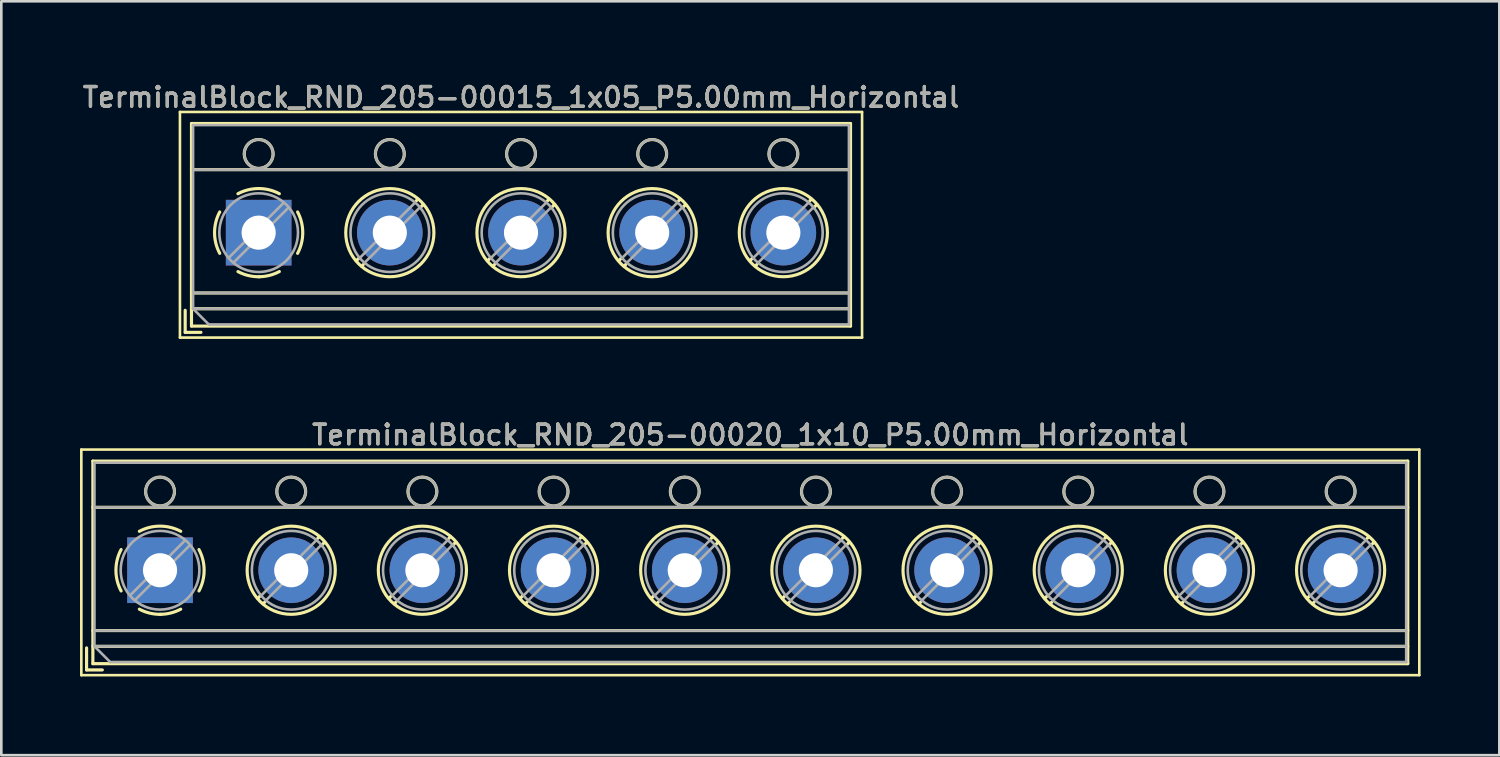
<source format=kicad_pcb>
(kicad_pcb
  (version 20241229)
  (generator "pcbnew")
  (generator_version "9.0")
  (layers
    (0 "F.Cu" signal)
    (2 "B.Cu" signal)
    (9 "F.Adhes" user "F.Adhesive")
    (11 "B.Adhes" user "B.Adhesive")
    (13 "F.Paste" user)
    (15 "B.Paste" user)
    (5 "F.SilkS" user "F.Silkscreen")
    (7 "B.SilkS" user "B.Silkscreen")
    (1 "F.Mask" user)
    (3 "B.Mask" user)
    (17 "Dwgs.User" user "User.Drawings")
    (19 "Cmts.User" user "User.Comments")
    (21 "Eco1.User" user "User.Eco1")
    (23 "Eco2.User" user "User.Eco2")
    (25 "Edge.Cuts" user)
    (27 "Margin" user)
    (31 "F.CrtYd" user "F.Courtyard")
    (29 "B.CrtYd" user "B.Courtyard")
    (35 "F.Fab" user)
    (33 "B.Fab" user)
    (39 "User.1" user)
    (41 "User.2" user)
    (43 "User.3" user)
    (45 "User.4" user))
  (footprint "TerminalBlock_RND_205-00020_1x10_P5.00mm_Horizontal"
    (layer "F.Cu")
    (at 3.05 18.686)
    (property "Reference" "TerminalBlock_RND_205-00020_1x10_P5.00mm_Horizontal" (at 22.5 -5.16 0) (layer "F.SilkS") (effects (font (size 0.75 0.75) (thickness 0.125))))
    (attr through_hole)
    (fp_line (start -3 -4.6) (end -3 4) (stroke (width 0.1) (type solid)) (layer "F.SilkS"))
    (fp_line (start -3 4) (end 48 4) (stroke (width 0.1) (type solid)) (layer "F.SilkS"))
    (fp_line (start -2.8 2.96) (end -2.8 3.8) (stroke (width 0.12) (type solid)) (layer "F.SilkS"))
    (fp_line (start -2.8 3.8) (end -2.2 3.8) (stroke (width 0.12) (type solid)) (layer "F.SilkS"))
    (fp_line (start -2.56 -4.16) (end -2.56 3.561) (stroke (width 0.12) (type solid)) (layer "F.SilkS"))
    (fp_line (start -2.56 -4.16) (end 47.56 -4.16) (stroke (width 0.12) (type solid)) (layer "F.SilkS"))
    (fp_line (start -2.56 -2.4) (end 47.56 -2.4) (stroke (width 0.12) (type solid)) (layer "F.SilkS"))
    (fp_line (start -2.56 2.3) (end 47.56 2.3) (stroke (width 0.12) (type solid)) (layer "F.SilkS"))
    (fp_line (start -2.56 2.9) (end 47.56 2.9) (stroke (width 0.12) (type solid)) (layer "F.SilkS"))
    (fp_line (start -2.56 3.561) (end 47.56 3.561) (stroke (width 0.12) (type solid)) (layer "F.SilkS"))
    (fp_line (start 3.82 0.976) (end 3.726 1.069) (stroke (width 0.12) (type solid)) (layer "F.SilkS"))
    (fp_line (start 3.99 1.216) (end 3.931 1.274) (stroke (width 0.12) (type solid)) (layer "F.SilkS"))
    (fp_line (start 6.07 -1.275) (end 6.011 -1.216) (stroke (width 0.12) (type solid)) (layer "F.SilkS"))
    (fp_line (start 6.275 -1.069) (end 6.181 -0.976) (stroke (width 0.12) (type solid)) (layer "F.SilkS"))
    (fp_line (start 8.82 0.976) (end 8.726 1.069) (stroke (width 0.12) (type solid)) (layer "F.SilkS"))
    (fp_line (start 8.99 1.216) (end 8.931 1.274) (stroke (width 0.12) (type solid)) (layer "F.SilkS"))
    (fp_line (start 11.07 -1.275) (end 11.011 -1.216) (stroke (width 0.12) (type solid)) (layer "F.SilkS"))
    (fp_line (start 11.275 -1.069) (end 11.181 -0.976) (stroke (width 0.12) (type solid)) (layer "F.SilkS"))
    (fp_line (start 13.82 0.976) (end 13.726 1.069) (stroke (width 0.12) (type solid)) (layer "F.SilkS"))
    (fp_line (start 13.99 1.216) (end 13.931 1.274) (stroke (width 0.12) (type solid)) (layer "F.SilkS"))
    (fp_line (start 16.07 -1.275) (end 16.011 -1.216) (stroke (width 0.12) (type solid)) (layer "F.SilkS"))
    (fp_line (start 16.275 -1.069) (end 16.181 -0.976) (stroke (width 0.12) (type solid)) (layer "F.SilkS"))
    (fp_line (start 18.82 0.976) (end 18.726 1.069) (stroke (width 0.12) (type solid)) (layer "F.SilkS"))
    (fp_line (start 18.99 1.216) (end 18.931 1.274) (stroke (width 0.12) (type solid)) (layer "F.SilkS"))
    (fp_line (start 21.07 -1.275) (end 21.011 -1.216) (stroke (width 0.12) (type solid)) (layer "F.SilkS"))
    (fp_line (start 21.275 -1.069) (end 21.181 -0.976) (stroke (width 0.12) (type solid)) (layer "F.SilkS"))
    (fp_line (start 23.82 0.976) (end 23.726 1.069) (stroke (width 0.12) (type solid)) (layer "F.SilkS"))
    (fp_line (start 23.99 1.216) (end 23.931 1.274) (stroke (width 0.12) (type solid)) (layer "F.SilkS"))
    (fp_line (start 26.07 -1.275) (end 26.011 -1.216) (stroke (width 0.12) (type solid)) (layer "F.SilkS"))
    (fp_line (start 26.275 -1.069) (end 26.181 -0.976) (stroke (width 0.12) (type solid)) (layer "F.SilkS"))
    (fp_line (start 28.82 0.976) (end 28.726 1.069) (stroke (width 0.12) (type solid)) (layer "F.SilkS"))
    (fp_line (start 28.99 1.216) (end 28.931 1.274) (stroke (width 0.12) (type solid)) (layer "F.SilkS"))
    (fp_line (start 31.07 -1.275) (end 31.011 -1.216) (stroke (width 0.12) (type solid)) (layer "F.SilkS"))
    (fp_line (start 31.275 -1.069) (end 31.181 -0.976) (stroke (width 0.12) (type solid)) (layer "F.SilkS"))
    (fp_line (start 33.82 0.976) (end 33.726 1.069) (stroke (width 0.12) (type solid)) (layer "F.SilkS"))
    (fp_line (start 33.99 1.216) (end 33.931 1.274) (stroke (width 0.12) (type solid)) (layer "F.SilkS"))
    (fp_line (start 36.07 -1.275) (end 36.011 -1.216) (stroke (width 0.12) (type solid)) (layer "F.SilkS"))
    (fp_line (start 36.275 -1.069) (end 36.181 -0.976) (stroke (width 0.12) (type solid)) (layer "F.SilkS"))
    (fp_line (start 38.82 0.976) (end 38.726 1.069) (stroke (width 0.12) (type solid)) (layer "F.SilkS"))
    (fp_line (start 38.99 1.216) (end 38.931 1.274) (stroke (width 0.12) (type solid)) (layer "F.SilkS"))
    (fp_line (start 41.07 -1.275) (end 41.011 -1.216) (stroke (width 0.12) (type solid)) (layer "F.SilkS"))
    (fp_line (start 41.275 -1.069) (end 41.181 -0.976) (stroke (width 0.12) (type solid)) (layer "F.SilkS"))
    (fp_line (start 43.82 0.976) (end 43.726 1.069) (stroke (width 0.12) (type solid)) (layer "F.SilkS"))
    (fp_line (start 43.99 1.216) (end 43.931 1.274) (stroke (width 0.12) (type solid)) (layer "F.SilkS"))
    (fp_line (start 46.07 -1.275) (end 46.011 -1.216) (stroke (width 0.12) (type solid)) (layer "F.SilkS"))
    (fp_line (start 46.275 -1.069) (end 46.181 -0.976) (stroke (width 0.12) (type solid)) (layer "F.SilkS"))
    (fp_line (start 47.56 -4.16) (end 47.56 3.561) (stroke (width 0.12) (type solid)) (layer "F.SilkS"))
    (fp_line (start 48 -4.6) (end -3 -4.6) (stroke (width 0.1) (type solid)) (layer "F.SilkS"))
    (fp_line (start 48 4) (end 48 -4.6) (stroke (width 0.1) (type solid)) (layer "F.SilkS"))
    (fp_arc (start -1.483953 0.789089) (mid -1.680708 0.00005) (end -1.484 -0.789) (stroke (width 0.12) (type solid)) (layer "F.SilkS"))
    (fp_arc (start -0.789089 -1.483953) (mid -0.00005 -1.680708) (end 0.789 -1.484) (stroke (width 0.12) (type solid)) (layer "F.SilkS"))
    (fp_arc (start 0.029383 1.68045) (mid -0.392304 1.634281) (end -0.789 1.484) (stroke (width 0.12) (type solid)) (layer "F.SilkS"))
    (fp_arc (start 0.788712 1.483352) (mid 0.406429 1.630097) (end 0 1.68) (stroke (width 0.12) (type solid)) (layer "F.SilkS"))
    (fp_arc (start 1.483953 -0.789089) (mid 1.680708 -0.00005) (end 1.484 0.789) (stroke (width 0.12) (type solid)) (layer "F.SilkS"))
    (fp_circle (center 0 -3) (end 0.55 -3) (stroke (width 0.12) (type solid)) (fill no) (layer "F.SilkS"))
    (fp_circle (center 5 -3) (end 5.55 -3) (stroke (width 0.12) (type solid)) (fill no) (layer "F.SilkS"))
    (fp_circle (center 5 0) (end 6.68 0) (stroke (width 0.12) (type solid)) (fill no) (layer "F.SilkS"))
    (fp_circle (center 10 -3) (end 10.55 -3) (stroke (width 0.12) (type solid)) (fill no) (layer "F.SilkS"))
    (fp_circle (center 10 0) (end 11.68 0) (stroke (width 0.12) (type solid)) (fill no) (layer "F.SilkS"))
    (fp_circle (center 15 -3) (end 15.55 -3) (stroke (width 0.12) (type solid)) (fill no) (layer "F.SilkS"))
    (fp_circle (center 15 0) (end 16.68 0) (stroke (width 0.12) (type solid)) (fill no) (layer "F.SilkS"))
    (fp_circle (center 20 -3) (end 20.55 -3) (stroke (width 0.12) (type solid)) (fill no) (layer "F.SilkS"))
    (fp_circle (center 20 0) (end 21.68 0) (stroke (width 0.12) (type solid)) (fill no) (layer "F.SilkS"))
    (fp_circle (center 25 -3) (end 25.55 -3) (stroke (width 0.12) (type solid)) (fill no) (layer "F.SilkS"))
    (fp_circle (center 25 0) (end 26.68 0) (stroke (width 0.12) (type solid)) (fill no) (layer "F.SilkS"))
    (fp_circle (center 30 -3) (end 30.55 -3) (stroke (width 0.12) (type solid)) (fill no) (layer "F.SilkS"))
    (fp_circle (center 30 0) (end 31.68 0) (stroke (width 0.12) (type solid)) (fill no) (layer "F.SilkS"))
    (fp_circle (center 35 -3) (end 35.55 -3) (stroke (width 0.12) (type solid)) (fill no) (layer "F.SilkS"))
    (fp_circle (center 35 0) (end 36.68 0) (stroke (width 0.12) (type solid)) (fill no) (layer "F.SilkS"))
    (fp_circle (center 40 -3) (end 40.55 -3) (stroke (width 0.12) (type solid)) (fill no) (layer "F.SilkS"))
    (fp_circle (center 40 0) (end 41.68 0) (stroke (width 0.12) (type solid)) (fill no) (layer "F.SilkS"))
    (fp_circle (center 45 -3) (end 45.55 -3) (stroke (width 0.12) (type solid)) (fill no) (layer "F.SilkS"))
    (fp_circle (center 45 0) (end 46.68 0) (stroke (width 0.12) (type solid)) (fill no) (layer "F.SilkS"))
    (fp_line (start -2.5 -4.1) (end 47.5 -4.1) (stroke (width 0.1) (type solid)) (layer "F.Fab"))
    (fp_line (start -2.5 -2.4) (end 47.5 -2.4) (stroke (width 0.1) (type solid)) (layer "F.Fab"))
    (fp_line (start -2.5 2.3) (end 47.5 2.3) (stroke (width 0.1) (type solid)) (layer "F.Fab"))
    (fp_line (start -2.5 2.9) (end -2.5 -4.1) (stroke (width 0.1) (type solid)) (layer "F.Fab"))
    (fp_line (start -2.5 2.9) (end 47.5 2.9) (stroke (width 0.1) (type solid)) (layer "F.Fab"))
    (fp_line (start -1.9 3.5) (end -2.5 2.9) (stroke (width 0.1) (type solid)) (layer "F.Fab"))
    (fp_line (start 0.955 -1.138) (end -1.138 0.955) (stroke (width 0.1) (type solid)) (layer "F.Fab"))
    (fp_line (start 1.138 -0.955) (end -0.955 1.138) (stroke (width 0.1) (type solid)) (layer "F.Fab"))
    (fp_line (start 5.955 -1.138) (end 3.863 0.955) (stroke (width 0.1) (type solid)) (layer "F.Fab"))
    (fp_line (start 6.138 -0.955) (end 4.046 1.138) (stroke (width 0.1) (type solid)) (layer "F.Fab"))
    (fp_line (start 10.955 -1.138) (end 8.863 0.955) (stroke (width 0.1) (type solid)) (layer "F.Fab"))
    (fp_line (start 11.138 -0.955) (end 9.046 1.138) (stroke (width 0.1) (type solid)) (layer "F.Fab"))
    (fp_line (start 15.955 -1.138) (end 13.863 0.955) (stroke (width 0.1) (type solid)) (layer "F.Fab"))
    (fp_line (start 16.138 -0.955) (end 14.046 1.138) (stroke (width 0.1) (type solid)) (layer "F.Fab"))
    (fp_line (start 20.955 -1.138) (end 18.863 0.955) (stroke (width 0.1) (type solid)) (layer "F.Fab"))
    (fp_line (start 21.138 -0.955) (end 19.046 1.138) (stroke (width 0.1) (type solid)) (layer "F.Fab"))
    (fp_line (start 25.955 -1.138) (end 23.863 0.955) (stroke (width 0.1) (type solid)) (layer "F.Fab"))
    (fp_line (start 26.138 -0.955) (end 24.046 1.138) (stroke (width 0.1) (type solid)) (layer "F.Fab"))
    (fp_line (start 30.955 -1.138) (end 28.863 0.955) (stroke (width 0.1) (type solid)) (layer "F.Fab"))
    (fp_line (start 31.138 -0.955) (end 29.046 1.138) (stroke (width 0.1) (type solid)) (layer "F.Fab"))
    (fp_line (start 35.955 -1.138) (end 33.863 0.955) (stroke (width 0.1) (type solid)) (layer "F.Fab"))
    (fp_line (start 36.138 -0.955) (end 34.046 1.138) (stroke (width 0.1) (type solid)) (layer "F.Fab"))
    (fp_line (start 40.955 -1.138) (end 38.863 0.955) (stroke (width 0.1) (type solid)) (layer "F.Fab"))
    (fp_line (start 41.138 -0.955) (end 39.046 1.138) (stroke (width 0.1) (type solid)) (layer "F.Fab"))
    (fp_line (start 45.955 -1.138) (end 43.863 0.955) (stroke (width 0.1) (type solid)) (layer "F.Fab"))
    (fp_line (start 46.138 -0.955) (end 44.046 1.138) (stroke (width 0.1) (type solid)) (layer "F.Fab"))
    (fp_line (start 47.5 -4.1) (end 47.5 3.5) (stroke (width 0.1) (type solid)) (layer "F.Fab"))
    (fp_line (start 47.5 3.5) (end -1.9 3.5) (stroke (width 0.1) (type solid)) (layer "F.Fab"))
    (fp_circle (center 0 -3) (end 0.55 -3) (stroke (width 0.1) (type solid)) (fill no) (layer "F.Fab"))
    (fp_circle (center 0 0) (end 1.5 0) (stroke (width 0.1) (type solid)) (fill no) (layer "F.Fab"))
    (fp_circle (center 5 -3) (end 5.55 -3) (stroke (width 0.1) (type solid)) (fill no) (layer "F.Fab"))
    (fp_circle (center 5 0) (end 6.5 0) (stroke (width 0.1) (type solid)) (fill no) (layer "F.Fab"))
    (fp_circle (center 10 -3) (end 10.55 -3) (stroke (width 0.1) (type solid)) (fill no) (layer "F.Fab"))
    (fp_circle (center 10 0) (end 11.5 0) (stroke (width 0.1) (type solid)) (fill no) (layer "F.Fab"))
    (fp_circle (center 15 -3) (end 15.55 -3) (stroke (width 0.1) (type solid)) (fill no) (layer "F.Fab"))
    (fp_circle (center 15 0) (end 16.5 0) (stroke (width 0.1) (type solid)) (fill no) (layer "F.Fab"))
    (fp_circle (center 20 -3) (end 20.55 -3) (stroke (width 0.1) (type solid)) (fill no) (layer "F.Fab"))
    (fp_circle (center 20 0) (end 21.5 0) (stroke (width 0.1) (type solid)) (fill no) (layer "F.Fab"))
    (fp_circle (center 25 -3) (end 25.55 -3) (stroke (width 0.1) (type solid)) (fill no) (layer "F.Fab"))
    (fp_circle (center 25 0) (end 26.5 0) (stroke (width 0.1) (type solid)) (fill no) (layer "F.Fab"))
    (fp_circle (center 30 -3) (end 30.55 -3) (stroke (width 0.1) (type solid)) (fill no) (layer "F.Fab"))
    (fp_circle (center 30 0) (end 31.5 0) (stroke (width 0.1) (type solid)) (fill no) (layer "F.Fab"))
    (fp_circle (center 35 -3) (end 35.55 -3) (stroke (width 0.1) (type solid)) (fill no) (layer "F.Fab"))
    (fp_circle (center 35 0) (end 36.5 0) (stroke (width 0.1) (type solid)) (fill no) (layer "F.Fab"))
    (fp_circle (center 40 -3) (end 40.55 -3) (stroke (width 0.1) (type solid)) (fill no) (layer "F.Fab"))
    (fp_circle (center 40 0) (end 41.5 0) (stroke (width 0.1) (type solid)) (fill no) (layer "F.Fab"))
    (fp_circle (center 45 -3) (end 45.55 -3) (stroke (width 0.1) (type solid)) (fill no) (layer "F.Fab"))
    (fp_circle (center 45 0) (end 46.5 0) (stroke (width 0.1) (type solid)) (fill no) (layer "F.Fab"))
    (fp_text user "${REFERENCE}" (at 22.5 -5.16 0) (layer "F.Fab") (effects (font (size 0.75 0.75) (thickness 0.125))))
    (pad "1" thru_hole rect (at 0 0) (size 2.5 2.5) (drill 1.3) (layers "*.Cu" "*.Mask"))
    (pad "2" thru_hole circle (at 5 0) (size 2.5 2.5) (drill 1.3) (layers "*.Cu" "*.Mask"))
    (pad "3" thru_hole circle (at 10 0) (size 2.5 2.5) (drill 1.3) (layers "*.Cu" "*.Mask"))
    (pad "4" thru_hole circle (at 15 0) (size 2.5 2.5) (drill 1.3) (layers "*.Cu" "*.Mask"))
    (pad "5" thru_hole circle (at 20 0) (size 2.5 2.5) (drill 1.3) (layers "*.Cu" "*.Mask"))
    (pad "6" thru_hole circle (at 25 0) (size 2.5 2.5) (drill 1.3) (layers "*.Cu" "*.Mask"))
    (pad "7" thru_hole circle (at 30 0) (size 2.5 2.5) (drill 1.3) (layers "*.Cu" "*.Mask"))
    (pad "8" thru_hole circle (at 35 0) (size 2.5 2.5) (drill 1.3) (layers "*.Cu" "*.Mask"))
    (pad "9" thru_hole circle (at 40 0) (size 2.5 2.5) (drill 1.3) (layers "*.Cu" "*.Mask"))
    (pad "10" thru_hole circle (at 45 0) (size 2.5 2.5) (drill 1.3) (layers "*.Cu" "*.Mask")))
  (footprint "TerminalBlock_RND_205-00015_1x05_P5.00mm_Horizontal"
    (layer "F.Cu")
    (at 6.809 5.818)
    (property "Reference" "TerminalBlock_RND_205-00015_1x05_P5.00mm_Horizontal" (at 10 -5.16 0) (layer "F.SilkS") (effects (font (size 0.75 0.75) (thickness 0.125))))
    (attr through_hole)
    (fp_line (start -3 -4.6) (end -3 4) (stroke (width 0.1) (type solid)) (layer "F.SilkS"))
    (fp_line (start -3 4) (end 23 4) (stroke (width 0.1) (type solid)) (layer "F.SilkS"))
    (fp_line (start -2.8 2.96) (end -2.8 3.8) (stroke (width 0.12) (type solid)) (layer "F.SilkS"))
    (fp_line (start -2.8 3.8) (end -2.2 3.8) (stroke (width 0.12) (type solid)) (layer "F.SilkS"))
    (fp_line (start -2.56 -4.16) (end -2.56 3.561) (stroke (width 0.12) (type solid)) (layer "F.SilkS"))
    (fp_line (start -2.56 -4.16) (end 22.56 -4.16) (stroke (width 0.12) (type solid)) (layer "F.SilkS"))
    (fp_line (start -2.56 -2.4) (end 22.56 -2.4) (stroke (width 0.12) (type solid)) (layer "F.SilkS"))
    (fp_line (start -2.56 2.3) (end 22.56 2.3) (stroke (width 0.12) (type solid)) (layer "F.SilkS"))
    (fp_line (start -2.56 2.9) (end 22.56 2.9) (stroke (width 0.12) (type solid)) (layer "F.SilkS"))
    (fp_line (start -2.56 3.561) (end 22.56 3.561) (stroke (width 0.12) (type solid)) (layer "F.SilkS"))
    (fp_line (start 3.82 0.976) (end 3.726 1.069) (stroke (width 0.12) (type solid)) (layer "F.SilkS"))
    (fp_line (start 3.99 1.216) (end 3.931 1.274) (stroke (width 0.12) (type solid)) (layer "F.SilkS"))
    (fp_line (start 6.07 -1.275) (end 6.011 -1.216) (stroke (width 0.12) (type solid)) (layer "F.SilkS"))
    (fp_line (start 6.275 -1.069) (end 6.181 -0.976) (stroke (width 0.12) (type solid)) (layer "F.SilkS"))
    (fp_line (start 8.82 0.976) (end 8.726 1.069) (stroke (width 0.12) (type solid)) (layer "F.SilkS"))
    (fp_line (start 8.99 1.216) (end 8.931 1.274) (stroke (width 0.12) (type solid)) (layer "F.SilkS"))
    (fp_line (start 11.07 -1.275) (end 11.011 -1.216) (stroke (width 0.12) (type solid)) (layer "F.SilkS"))
    (fp_line (start 11.275 -1.069) (end 11.181 -0.976) (stroke (width 0.12) (type solid)) (layer "F.SilkS"))
    (fp_line (start 13.82 0.976) (end 13.726 1.069) (stroke (width 0.12) (type solid)) (layer "F.SilkS"))
    (fp_line (start 13.99 1.216) (end 13.931 1.274) (stroke (width 0.12) (type solid)) (layer "F.SilkS"))
    (fp_line (start 16.07 -1.275) (end 16.011 -1.216) (stroke (width 0.12) (type solid)) (layer "F.SilkS"))
    (fp_line (start 16.275 -1.069) (end 16.181 -0.976) (stroke (width 0.12) (type solid)) (layer "F.SilkS"))
    (fp_line (start 18.82 0.976) (end 18.726 1.069) (stroke (width 0.12) (type solid)) (layer "F.SilkS"))
    (fp_line (start 18.99 1.216) (end 18.931 1.274) (stroke (width 0.12) (type solid)) (layer "F.SilkS"))
    (fp_line (start 21.07 -1.275) (end 21.011 -1.216) (stroke (width 0.12) (type solid)) (layer "F.SilkS"))
    (fp_line (start 21.275 -1.069) (end 21.181 -0.976) (stroke (width 0.12) (type solid)) (layer "F.SilkS"))
    (fp_line (start 22.56 -4.16) (end 22.56 3.561) (stroke (width 0.12) (type solid)) (layer "F.SilkS"))
    (fp_line (start 23 -4.6) (end -3 -4.6) (stroke (width 0.1) (type solid)) (layer "F.SilkS"))
    (fp_line (start 23 4) (end 23 -4.6) (stroke (width 0.1) (type solid)) (layer "F.SilkS"))
    (fp_arc (start -1.483953 0.789089) (mid -1.680708 0.00005) (end -1.484 -0.789) (stroke (width 0.12) (type solid)) (layer "F.SilkS"))
    (fp_arc (start -0.789089 -1.483953) (mid -0.00005 -1.680708) (end 0.789 -1.484) (stroke (width 0.12) (type solid)) (layer "F.SilkS"))
    (fp_arc (start 0.029383 1.68045) (mid -0.392304 1.634281) (end -0.789 1.484) (stroke (width 0.12) (type solid)) (layer "F.SilkS"))
    (fp_arc (start 0.788712 1.483352) (mid 0.406429 1.630097) (end 0 1.68) (stroke (width 0.12) (type solid)) (layer "F.SilkS"))
    (fp_arc (start 1.483953 -0.789089) (mid 1.680708 -0.00005) (end 1.484 0.789) (stroke (width 0.12) (type solid)) (layer "F.SilkS"))
    (fp_circle (center 0 -3) (end 0.55 -3) (stroke (width 0.12) (type solid)) (fill no) (layer "F.SilkS"))
    (fp_circle (center 5 -3) (end 5.55 -3) (stroke (width 0.12) (type solid)) (fill no) (layer "F.SilkS"))
    (fp_circle (center 5 0) (end 6.68 0) (stroke (width 0.12) (type solid)) (fill no) (layer "F.SilkS"))
    (fp_circle (center 10 -3) (end 10.55 -3) (stroke (width 0.12) (type solid)) (fill no) (layer "F.SilkS"))
    (fp_circle (center 10 0) (end 11.68 0) (stroke (width 0.12) (type solid)) (fill no) (layer "F.SilkS"))
    (fp_circle (center 15 -3) (end 15.55 -3) (stroke (width 0.12) (type solid)) (fill no) (layer "F.SilkS"))
    (fp_circle (center 15 0) (end 16.68 0) (stroke (width 0.12) (type solid)) (fill no) (layer "F.SilkS"))
    (fp_circle (center 20 -3) (end 20.55 -3) (stroke (width 0.12) (type solid)) (fill no) (layer "F.SilkS"))
    (fp_circle (center 20 0) (end 21.68 0) (stroke (width 0.12) (type solid)) (fill no) (layer "F.SilkS"))
    (fp_line (start -2.5 -4.1) (end 22.5 -4.1) (stroke (width 0.1) (type solid)) (layer "F.Fab"))
    (fp_line (start -2.5 -2.4) (end 22.5 -2.4) (stroke (width 0.1) (type solid)) (layer "F.Fab"))
    (fp_line (start -2.5 2.3) (end 22.5 2.3) (stroke (width 0.1) (type solid)) (layer "F.Fab"))
    (fp_line (start -2.5 2.9) (end -2.5 -4.1) (stroke (width 0.1) (type solid)) (layer "F.Fab"))
    (fp_line (start -2.5 2.9) (end 22.5 2.9) (stroke (width 0.1) (type solid)) (layer "F.Fab"))
    (fp_line (start -1.9 3.5) (end -2.5 2.9) (stroke (width 0.1) (type solid)) (layer "F.Fab"))
    (fp_line (start 0.955 -1.138) (end -1.138 0.955) (stroke (width 0.1) (type solid)) (layer "F.Fab"))
    (fp_line (start 1.138 -0.955) (end -0.955 1.138) (stroke (width 0.1) (type solid)) (layer "F.Fab"))
    (fp_line (start 5.955 -1.138) (end 3.863 0.955) (stroke (width 0.1) (type solid)) (layer "F.Fab"))
    (fp_line (start 6.138 -0.955) (end 4.046 1.138) (stroke (width 0.1) (type solid)) (layer "F.Fab"))
    (fp_line (start 10.955 -1.138) (end 8.863 0.955) (stroke (width 0.1) (type solid)) (layer "F.Fab"))
    (fp_line (start 11.138 -0.955) (end 9.046 1.138) (stroke (width 0.1) (type solid)) (layer "F.Fab"))
    (fp_line (start 15.955 -1.138) (end 13.863 0.955) (stroke (width 0.1) (type solid)) (layer "F.Fab"))
    (fp_line (start 16.138 -0.955) (end 14.046 1.138) (stroke (width 0.1) (type solid)) (layer "F.Fab"))
    (fp_line (start 20.955 -1.138) (end 18.863 0.955) (stroke (width 0.1) (type solid)) (layer "F.Fab"))
    (fp_line (start 21.138 -0.955) (end 19.046 1.138) (stroke (width 0.1) (type solid)) (layer "F.Fab"))
    (fp_line (start 22.5 -4.1) (end 22.5 3.5) (stroke (width 0.1) (type solid)) (layer "F.Fab"))
    (fp_line (start 22.5 3.5) (end -1.9 3.5) (stroke (width 0.1) (type solid)) (layer "F.Fab"))
    (fp_circle (center 0 -3) (end 0.55 -3) (stroke (width 0.1) (type solid)) (fill no) (layer "F.Fab"))
    (fp_circle (center 0 0) (end 1.5 0) (stroke (width 0.1) (type solid)) (fill no) (layer "F.Fab"))
    (fp_circle (center 5 -3) (end 5.55 -3) (stroke (width 0.1) (type solid)) (fill no) (layer "F.Fab"))
    (fp_circle (center 5 0) (end 6.5 0) (stroke (width 0.1) (type solid)) (fill no) (layer "F.Fab"))
    (fp_circle (center 10 -3) (end 10.55 -3) (stroke (width 0.1) (type solid)) (fill no) (layer "F.Fab"))
    (fp_circle (center 10 0) (end 11.5 0) (stroke (width 0.1) (type solid)) (fill no) (layer "F.Fab"))
    (fp_circle (center 15 -3) (end 15.55 -3) (stroke (width 0.1) (type solid)) (fill no) (layer "F.Fab"))
    (fp_circle (center 15 0) (end 16.5 0) (stroke (width 0.1) (type solid)) (fill no) (layer "F.Fab"))
    (fp_circle (center 20 -3) (end 20.55 -3) (stroke (width 0.1) (type solid)) (fill no) (layer "F.Fab"))
    (fp_circle (center 20 0) (end 21.5 0) (stroke (width 0.1) (type solid)) (fill no) (layer "F.Fab"))
    (fp_text user "${REFERENCE}" (at 10 -5.16 0) (layer "F.Fab") (effects (font (size 0.75 0.75) (thickness 0.125))))
    (pad "1" thru_hole rect (at 0 0) (size 2.5 2.5) (drill 1.3) (layers "*.Cu" "*.Mask"))
    (pad "2" thru_hole circle (at 5 0) (size 2.5 2.5) (drill 1.3) (layers "*.Cu" "*.Mask"))
    (pad "3" thru_hole circle (at 10 0) (size 2.5 2.5) (drill 1.3) (layers "*.Cu" "*.Mask"))
    (pad "4" thru_hole circle (at 15 0) (size 2.5 2.5) (drill 1.3) (layers "*.Cu" "*.Mask"))
    (pad "5" thru_hole circle (at 20 0) (size 2.5 2.5) (drill 1.3) (layers "*.Cu" "*.Mask")))
  (gr_rect
    (start -3 -3)
    (end 54.1 25.736)
    (stroke (width 0.1) (type default))
    (fill no)
    (layer "Edge.Cuts")))
</source>
